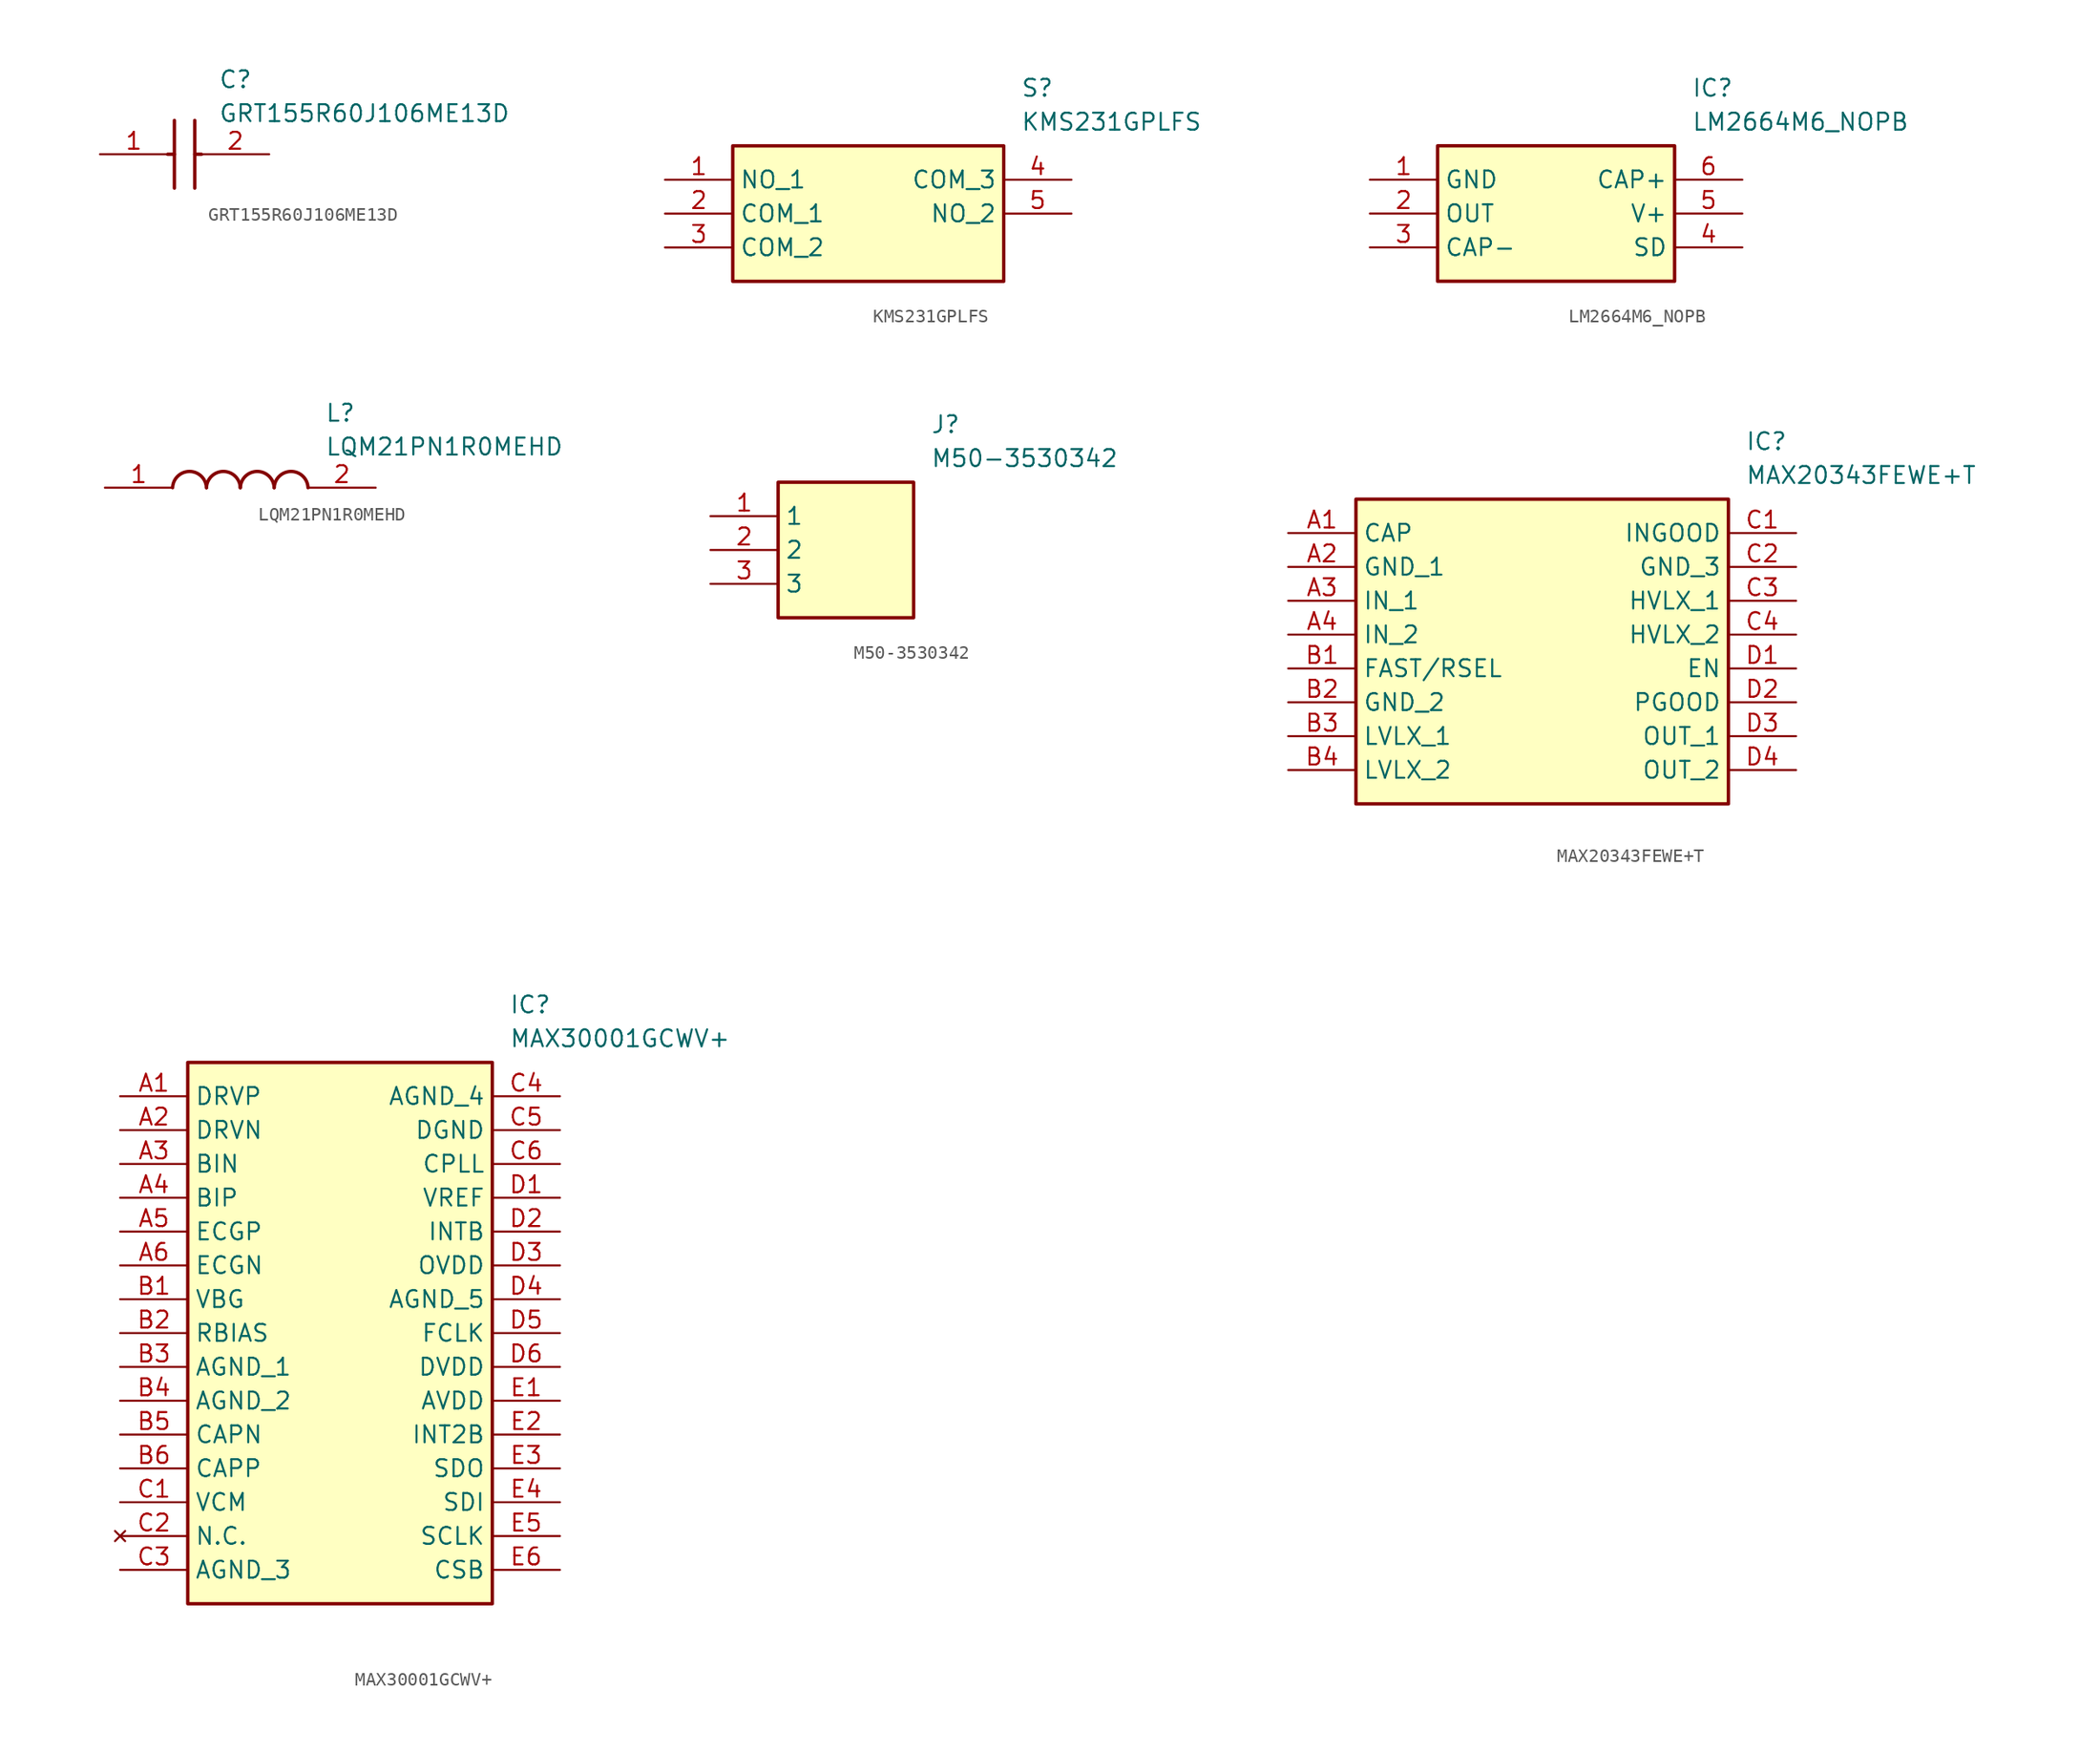
<source format=kicad_sym>
(kicad_symbol_lib
  (version 20220914)
  (generator kicad_symbol_editor)
  (symbol "GRT155R60J106ME13D"
    (pin_names hide)
    (property "Reference" "C"
      (at 8.89 6.35 0)
      (effects (font (size 1.27 1.27)) (justify left top)))
    (property "Value" "GRT155R60J106ME13D"
      (at 8.89 3.81 0)
      (effects (font (size 1.27 1.27)) (justify left top)))
    (polyline
      (pts (xy 5.588 2.54) (xy 5.588 -2.54))
      (stroke (width 0.254) (type default))
      (fill (type none)))
    (polyline
      (pts (xy 7.112 2.54) (xy 7.112 -2.54))
      (stroke (width 0.254) (type default))
      (fill (type none)))
    (polyline
      (pts (xy 5.08 0) (xy 5.588 0))
      (stroke (width 0.254) (type default))
      (fill (type none)))
    (polyline
      (pts (xy 7.112 0) (xy 7.62 0))
      (stroke (width 0.254) (type default))
      (fill (type none)))
    (pin passive line
      (at 0 0 0)
      (length 5.08)
      (name "1" (effects (font (size 1.27 1.27))))
      (number "1" (effects (font (size 1.27 1.27)))))
    (pin passive line
      (at 12.7 0 180)
      (length 5.08)
      (name "2" (effects (font (size 1.27 1.27))))
      (number "2" (effects (font (size 1.27 1.27))))))
  (symbol "KMS231GPLFS"
    (property "Reference" "S"
      (at 26.67 7.62 0)
      (effects (font (size 1.27 1.27)) (justify left top)))
    (property "Value" "KMS231GPLFS"
      (at 26.67 5.08 0)
      (effects (font (size 1.27 1.27)) (justify left top)))
    (symbol "KMS231GPLFS_1_1"
      (rectangle (start 5.08 2.54) (end 25.4 -7.62) (stroke (width 0.254) (type default)) (fill (type background)))
      (pin passive line (at 0 0 0) (length 5.08) (name "NO_1" (effects (font (size 1.27 1.27)))) (number "1" (effects (font (size 1.27 1.27)))))
      (pin passive line (at 0 -2.54 0) (length 5.08) (name "COM_1" (effects (font (size 1.27 1.27)))) (number "2" (effects (font (size 1.27 1.27)))))
      (pin passive line (at 0 -5.08 0) (length 5.08) (name "COM_2" (effects (font (size 1.27 1.27)))) (number "3" (effects (font (size 1.27 1.27)))))
      (pin passive line (at 30.48 0 180) (length 5.08) (name "COM_3" (effects (font (size 1.27 1.27)))) (number "4" (effects (font (size 1.27 1.27)))))
      (pin passive line (at 30.48 -2.54 180) (length 5.08) (name "NO_2" (effects (font (size 1.27 1.27)))) (number "5" (effects (font (size 1.27 1.27)))))))
  (symbol "LM2664M6_NOPB"
    (property "Reference" "IC"
      (at 24.13 7.62 0)
      (effects (font (size 1.27 1.27)) (justify left top)))
    (property "Value" "LM2664M6_NOPB"
      (at 24.13 5.08 0)
      (effects (font (size 1.27 1.27)) (justify left top)))
    (symbol "LM2664M6_NOPB_1_1"
      (rectangle (start 5.08 2.54) (end 22.86 -7.62) (stroke (width 0.254) (type default)) (fill (type background)))
      (pin passive line (at 0 0 0) (length 5.08) (name "GND" (effects (font (size 1.27 1.27)))) (number "1" (effects (font (size 1.27 1.27)))))
      (pin passive line (at 0 -2.54 0) (length 5.08) (name "OUT" (effects (font (size 1.27 1.27)))) (number "2" (effects (font (size 1.27 1.27)))))
      (pin passive line (at 0 -5.08 0) (length 5.08) (name "CAP-" (effects (font (size 1.27 1.27)))) (number "3" (effects (font (size 1.27 1.27)))))
      (pin passive line (at 27.94 -5.08 180) (length 5.08) (name "SD" (effects (font (size 1.27 1.27)))) (number "4" (effects (font (size 1.27 1.27)))))
      (pin passive line (at 27.94 -2.54 180) (length 5.08) (name "V+" (effects (font (size 1.27 1.27)))) (number "5" (effects (font (size 1.27 1.27)))))
      (pin passive line (at 27.94 0 180) (length 5.08) (name "CAP+" (effects (font (size 1.27 1.27)))) (number "6" (effects (font (size 1.27 1.27)))))))
  (symbol "LQM21PN1R0MEHD"
    (pin_names hide)
    (property "Reference" "L"
      (at 16.51 6.35 0)
      (effects (font (size 1.27 1.27)) (justify left top)))
    (property "Value" "LQM21PN1R0MEHD"
      (at 16.51 3.81 0)
      (effects (font (size 1.27 1.27)) (justify left top)))
    (symbol "LQM21PN1R0MEHD_1_1"
      (arc (start 7.62 0) (mid 6.35 1.219) (end 5.08 0) (stroke (width 0.254) (type default)) (fill (type none)))
      (arc (start 10.16 0) (mid 8.89 1.219) (end 7.62 0) (stroke (width 0.254) (type default)) (fill (type none)))
      (arc (start 12.7 0) (mid 11.43 1.219) (end 10.16 0) (stroke (width 0.254) (type default)) (fill (type none)))
      (arc (start 15.24 0) (mid 13.97 1.219) (end 12.7 0) (stroke (width 0.254) (type default)) (fill (type none)))
      (pin passive line (at 0 0 0) (length 5.08) (name "1" (effects (font (size 1.27 1.27)))) (number "1" (effects (font (size 1.27 1.27)))))
      (pin passive line (at 20.32 0 180) (length 5.08) (name "2" (effects (font (size 1.27 1.27)))) (number "2" (effects (font (size 1.27 1.27)))))))
  (symbol "M50-3530342"
    (property "Reference" "J"
      (at 16.51 7.62 0)
      (effects (font (size 1.27 1.27)) (justify left top)))
    (property "Value" "M50-3530342"
      (at 16.51 5.08 0)
      (effects (font (size 1.27 1.27)) (justify left top)))
    (symbol "M50-3530342_1_1"
      (rectangle (start 5.08 2.54) (end 15.24 -7.62) (stroke (width 0.254) (type default)) (fill (type background)))
      (pin passive line (at 0 0 0) (length 5.08) (name "1" (effects (font (size 1.27 1.27)))) (number "1" (effects (font (size 1.27 1.27)))))
      (pin passive line (at 0 -2.54 0) (length 5.08) (name "2" (effects (font (size 1.27 1.27)))) (number "2" (effects (font (size 1.27 1.27)))))
      (pin passive line (at 0 -5.08 0) (length 5.08) (name "3" (effects (font (size 1.27 1.27)))) (number "3" (effects (font (size 1.27 1.27)))))))
  (symbol "MAX20343FEWE+T"
    (property "Reference" "IC"
      (at 34.29 7.62 0)
      (effects (font (size 1.27 1.27)) (justify left top)))
    (property "Value" "MAX20343FEWE+T"
      (at 34.29 5.08 0)
      (effects (font (size 1.27 1.27)) (justify left top)))
    (symbol "MAX20343FEWE+T_1_1"
      (rectangle (start 5.08 2.54) (end 33.02 -20.32) (stroke (width 0.254) (type default)) (fill (type background)))
      (pin passive line (at 0 0 0) (length 5.08) (name "CAP" (effects (font (size 1.27 1.27)))) (number "A1" (effects (font (size 1.27 1.27)))))
      (pin passive line (at 0 -2.54 0) (length 5.08) (name "GND_1" (effects (font (size 1.27 1.27)))) (number "A2" (effects (font (size 1.27 1.27)))))
      (pin passive line (at 0 -5.08 0) (length 5.08) (name "IN_1" (effects (font (size 1.27 1.27)))) (number "A3" (effects (font (size 1.27 1.27)))))
      (pin passive line (at 0 -7.62 0) (length 5.08) (name "IN_2" (effects (font (size 1.27 1.27)))) (number "A4" (effects (font (size 1.27 1.27)))))
      (pin passive line (at 0 -10.16 0) (length 5.08) (name "FAST/RSEL" (effects (font (size 1.27 1.27)))) (number "B1" (effects (font (size 1.27 1.27)))))
      (pin passive line (at 0 -12.7 0) (length 5.08) (name "GND_2" (effects (font (size 1.27 1.27)))) (number "B2" (effects (font (size 1.27 1.27)))))
      (pin passive line (at 0 -15.24 0) (length 5.08) (name "LVLX_1" (effects (font (size 1.27 1.27)))) (number "B3" (effects (font (size 1.27 1.27)))))
      (pin passive line (at 0 -17.78 0) (length 5.08) (name "LVLX_2" (effects (font (size 1.27 1.27)))) (number "B4" (effects (font (size 1.27 1.27)))))
      (pin passive line (at 38.1 0 180) (length 5.08) (name "INGOOD" (effects (font (size 1.27 1.27)))) (number "C1" (effects (font (size 1.27 1.27)))))
      (pin passive line (at 38.1 -2.54 180) (length 5.08) (name "GND_3" (effects (font (size 1.27 1.27)))) (number "C2" (effects (font (size 1.27 1.27)))))
      (pin passive line (at 38.1 -5.08 180) (length 5.08) (name "HVLX_1" (effects (font (size 1.27 1.27)))) (number "C3" (effects (font (size 1.27 1.27)))))
      (pin passive line (at 38.1 -7.62 180) (length 5.08) (name "HVLX_2" (effects (font (size 1.27 1.27)))) (number "C4" (effects (font (size 1.27 1.27)))))
      (pin passive line (at 38.1 -10.16 180) (length 5.08) (name "EN" (effects (font (size 1.27 1.27)))) (number "D1" (effects (font (size 1.27 1.27)))))
      (pin passive line (at 38.1 -12.7 180) (length 5.08) (name "PGOOD" (effects (font (size 1.27 1.27)))) (number "D2" (effects (font (size 1.27 1.27)))))
      (pin passive line (at 38.1 -15.24 180) (length 5.08) (name "OUT_1" (effects (font (size 1.27 1.27)))) (number "D3" (effects (font (size 1.27 1.27)))))
      (pin passive line (at 38.1 -17.78 180) (length 5.08) (name "OUT_2" (effects (font (size 1.27 1.27)))) (number "D4" (effects (font (size 1.27 1.27)))))))
  (symbol "MAX30001GCWV+"
    (property "Reference" "IC"
      (at 29.21 7.62 0)
      (effects (font (size 1.27 1.27)) (justify left top)))
    (property "Value" "MAX30001GCWV+"
      (at 29.21 5.08 0)
      (effects (font (size 1.27 1.27)) (justify left top)))
    (symbol "MAX30001GCWV+_1_1"
      (rectangle (start 5.08 2.54) (end 27.94 -38.1) (stroke (width 0.254) (type default)) (fill (type background)))
      (pin passive line (at 0 0 0) (length 5.08) (name "DRVP" (effects (font (size 1.27 1.27)))) (number "A1" (effects (font (size 1.27 1.27)))))
      (pin passive line (at 0 -2.54 0) (length 5.08) (name "DRVN" (effects (font (size 1.27 1.27)))) (number "A2" (effects (font (size 1.27 1.27)))))
      (pin passive line (at 0 -5.08 0) (length 5.08) (name "BIN" (effects (font (size 1.27 1.27)))) (number "A3" (effects (font (size 1.27 1.27)))))
      (pin passive line (at 0 -7.62 0) (length 5.08) (name "BIP" (effects (font (size 1.27 1.27)))) (number "A4" (effects (font (size 1.27 1.27)))))
      (pin passive line (at 0 -10.16 0) (length 5.08) (name "ECGP" (effects (font (size 1.27 1.27)))) (number "A5" (effects (font (size 1.27 1.27)))))
      (pin passive line (at 0 -12.7 0) (length 5.08) (name "ECGN" (effects (font (size 1.27 1.27)))) (number "A6" (effects (font (size 1.27 1.27)))))
      (pin passive line (at 0 -15.24 0) (length 5.08) (name "VBG" (effects (font (size 1.27 1.27)))) (number "B1" (effects (font (size 1.27 1.27)))))
      (pin passive line (at 0 -17.78 0) (length 5.08) (name "RBIAS" (effects (font (size 1.27 1.27)))) (number "B2" (effects (font (size 1.27 1.27)))))
      (pin passive line (at 0 -20.32 0) (length 5.08) (name "AGND_1" (effects (font (size 1.27 1.27)))) (number "B3" (effects (font (size 1.27 1.27)))))
      (pin passive line (at 0 -22.86 0) (length 5.08) (name "AGND_2" (effects (font (size 1.27 1.27)))) (number "B4" (effects (font (size 1.27 1.27)))))
      (pin passive line (at 0 -25.4 0) (length 5.08) (name "CAPN" (effects (font (size 1.27 1.27)))) (number "B5" (effects (font (size 1.27 1.27)))))
      (pin passive line (at 0 -27.94 0) (length 5.08) (name "CAPP" (effects (font (size 1.27 1.27)))) (number "B6" (effects (font (size 1.27 1.27)))))
      (pin passive line (at 0 -30.48 0) (length 5.08) (name "VCM" (effects (font (size 1.27 1.27)))) (number "C1" (effects (font (size 1.27 1.27)))))
      (pin no_connect line (at 0 -33.02 0) (length 5.08) (name "N.C." (effects (font (size 1.27 1.27)))) (number "C2" (effects (font (size 1.27 1.27)))))
      (pin passive line (at 0 -35.56 0) (length 5.08) (name "AGND_3" (effects (font (size 1.27 1.27)))) (number "C3" (effects (font (size 1.27 1.27)))))
      (pin passive line (at 33.02 0 180) (length 5.08) (name "AGND_4" (effects (font (size 1.27 1.27)))) (number "C4" (effects (font (size 1.27 1.27)))))
      (pin passive line (at 33.02 -2.54 180) (length 5.08) (name "DGND" (effects (font (size 1.27 1.27)))) (number "C5" (effects (font (size 1.27 1.27)))))
      (pin passive line (at 33.02 -5.08 180) (length 5.08) (name "CPLL" (effects (font (size 1.27 1.27)))) (number "C6" (effects (font (size 1.27 1.27)))))
      (pin passive line (at 33.02 -7.62 180) (length 5.08) (name "VREF" (effects (font (size 1.27 1.27)))) (number "D1" (effects (font (size 1.27 1.27)))))
      (pin passive line (at 33.02 -10.16 180) (length 5.08) (name "INTB" (effects (font (size 1.27 1.27)))) (number "D2" (effects (font (size 1.27 1.27)))))
      (pin passive line (at 33.02 -12.7 180) (length 5.08) (name "OVDD" (effects (font (size 1.27 1.27)))) (number "D3" (effects (font (size 1.27 1.27)))))
      (pin passive line (at 33.02 -15.24 180) (length 5.08) (name "AGND_5" (effects (font (size 1.27 1.27)))) (number "D4" (effects (font (size 1.27 1.27)))))
      (pin passive line (at 33.02 -17.78 180) (length 5.08) (name "FCLK" (effects (font (size 1.27 1.27)))) (number "D5" (effects (font (size 1.27 1.27)))))
      (pin passive line (at 33.02 -20.32 180) (length 5.08) (name "DVDD" (effects (font (size 1.27 1.27)))) (number "D6" (effects (font (size 1.27 1.27)))))
      (pin passive line (at 33.02 -22.86 180) (length 5.08) (name "AVDD" (effects (font (size 1.27 1.27)))) (number "E1" (effects (font (size 1.27 1.27)))))
      (pin passive line (at 33.02 -25.4 180) (length 5.08) (name "INT2B" (effects (font (size 1.27 1.27)))) (number "E2" (effects (font (size 1.27 1.27)))))
      (pin passive line (at 33.02 -27.94 180) (length 5.08) (name "SDO" (effects (font (size 1.27 1.27)))) (number "E3" (effects (font (size 1.27 1.27)))))
      (pin passive line (at 33.02 -30.48 180) (length 5.08) (name "SDI" (effects (font (size 1.27 1.27)))) (number "E4" (effects (font (size 1.27 1.27)))))
      (pin passive line (at 33.02 -33.02 180) (length 5.08) (name "SCLK" (effects (font (size 1.27 1.27)))) (number "E5" (effects (font (size 1.27 1.27)))))
      (pin passive line (at 33.02 -35.56 180) (length 5.08) (name "CSB" (effects (font (size 1.27 1.27)))) (number "E6" (effects (font (size 1.27 1.27))))))))
</source>
